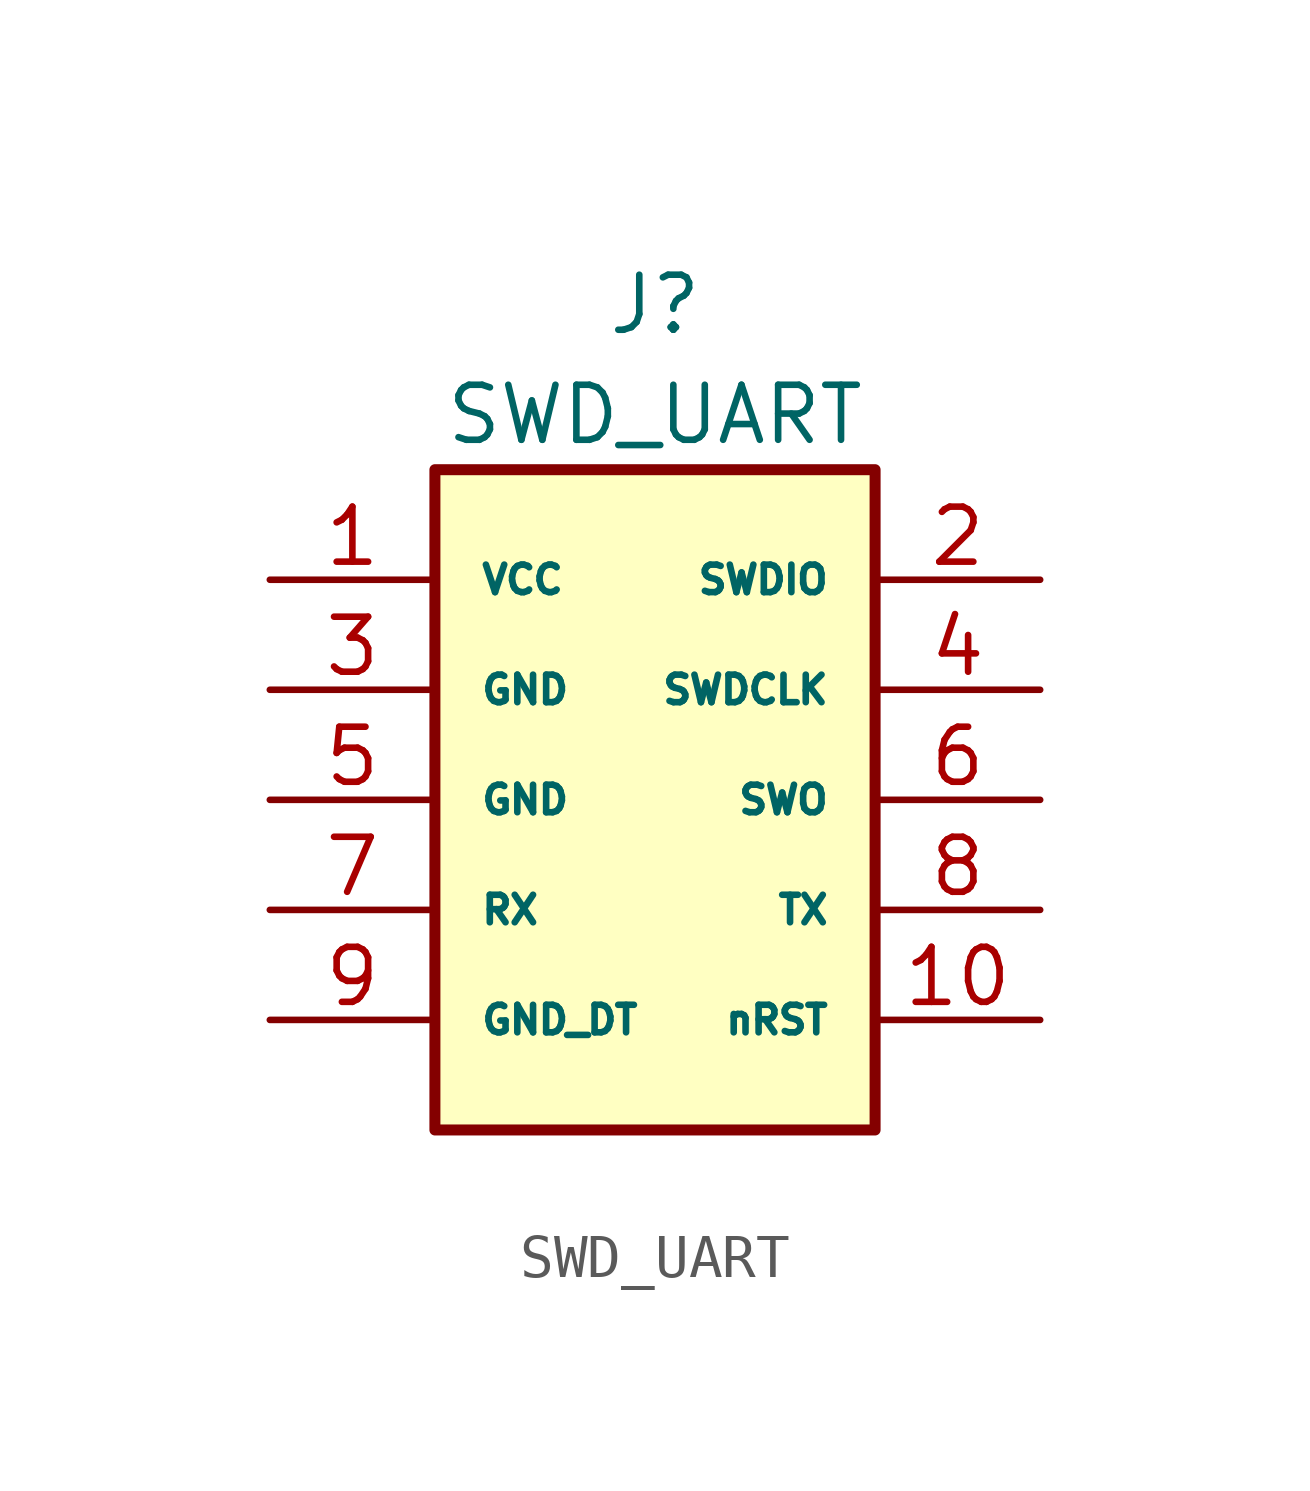
<source format=kicad_sym>
(kicad_symbol_lib
  (version 20211014)
  (generator kicad_symbol_editor)
  (symbol "SWD_UART"
    (pin_names
      (offset 1.016))
    (property "Reference" "J"
      (at 0 11.43 0)
      (effects (font (size 1.27 1.27))))
    (property "Value" "SWD_UART"
      (at 0 8.89 0)
      (effects (font (size 1.27 1.27))))
    (symbol "SWD_UART_1_1"
      (rectangle (start -5.08 7.62) (end 5.08 -7.62) (stroke (width 0.254) (type default) (color 0 0 0 0)) (fill (type background)))
      (pin passive line (at -8.89 5.08 0) (length 3.81) (name "VCC" (effects (font (size 0.635 0.635)))) (number "1" (effects (font (size 1.27 1.27)))))
      (pin passive line (at 8.89 -5.08 180) (length 3.81) (name "nRST" (effects (font (size 0.635 0.635)))) (number "10" (effects (font (size 1.27 1.27)))))
      (pin passive line (at 8.89 5.08 180) (length 3.81) (name "SWDIO" (effects (font (size 0.635 0.635)))) (number "2" (effects (font (size 1.27 1.27)))))
      (pin passive line (at -8.89 2.54 0) (length 3.81) (name "GND" (effects (font (size 0.635 0.635)))) (number "3" (effects (font (size 1.27 1.27)))))
      (pin passive line (at 8.89 2.54 180) (length 3.81) (name "SWDCLK" (effects (font (size 0.635 0.635)))) (number "4" (effects (font (size 1.27 1.27)))))
      (pin passive line (at -8.89 0 0) (length 3.81) (name "GND" (effects (font (size 0.635 0.635)))) (number "5" (effects (font (size 1.27 1.27)))))
      (pin passive line (at 8.89 0 180) (length 3.81) (name "SWO" (effects (font (size 0.635 0.635)))) (number "6" (effects (font (size 1.27 1.27)))))
      (pin passive line (at -8.89 -2.54 0) (length 3.81) (name "RX" (effects (font (size 0.635 0.635)))) (number "7" (effects (font (size 1.27 1.27)))))
      (pin passive line (at 8.89 -2.54 180) (length 3.81) (name "TX" (effects (font (size 0.635 0.635)))) (number "8" (effects (font (size 1.27 1.27)))))
      (pin passive line (at -8.89 -5.08 0) (length 3.81) (name "GND_DT" (effects (font (size 0.635 0.635)))) (number "9" (effects (font (size 1.27 1.27))))))))
</source>
